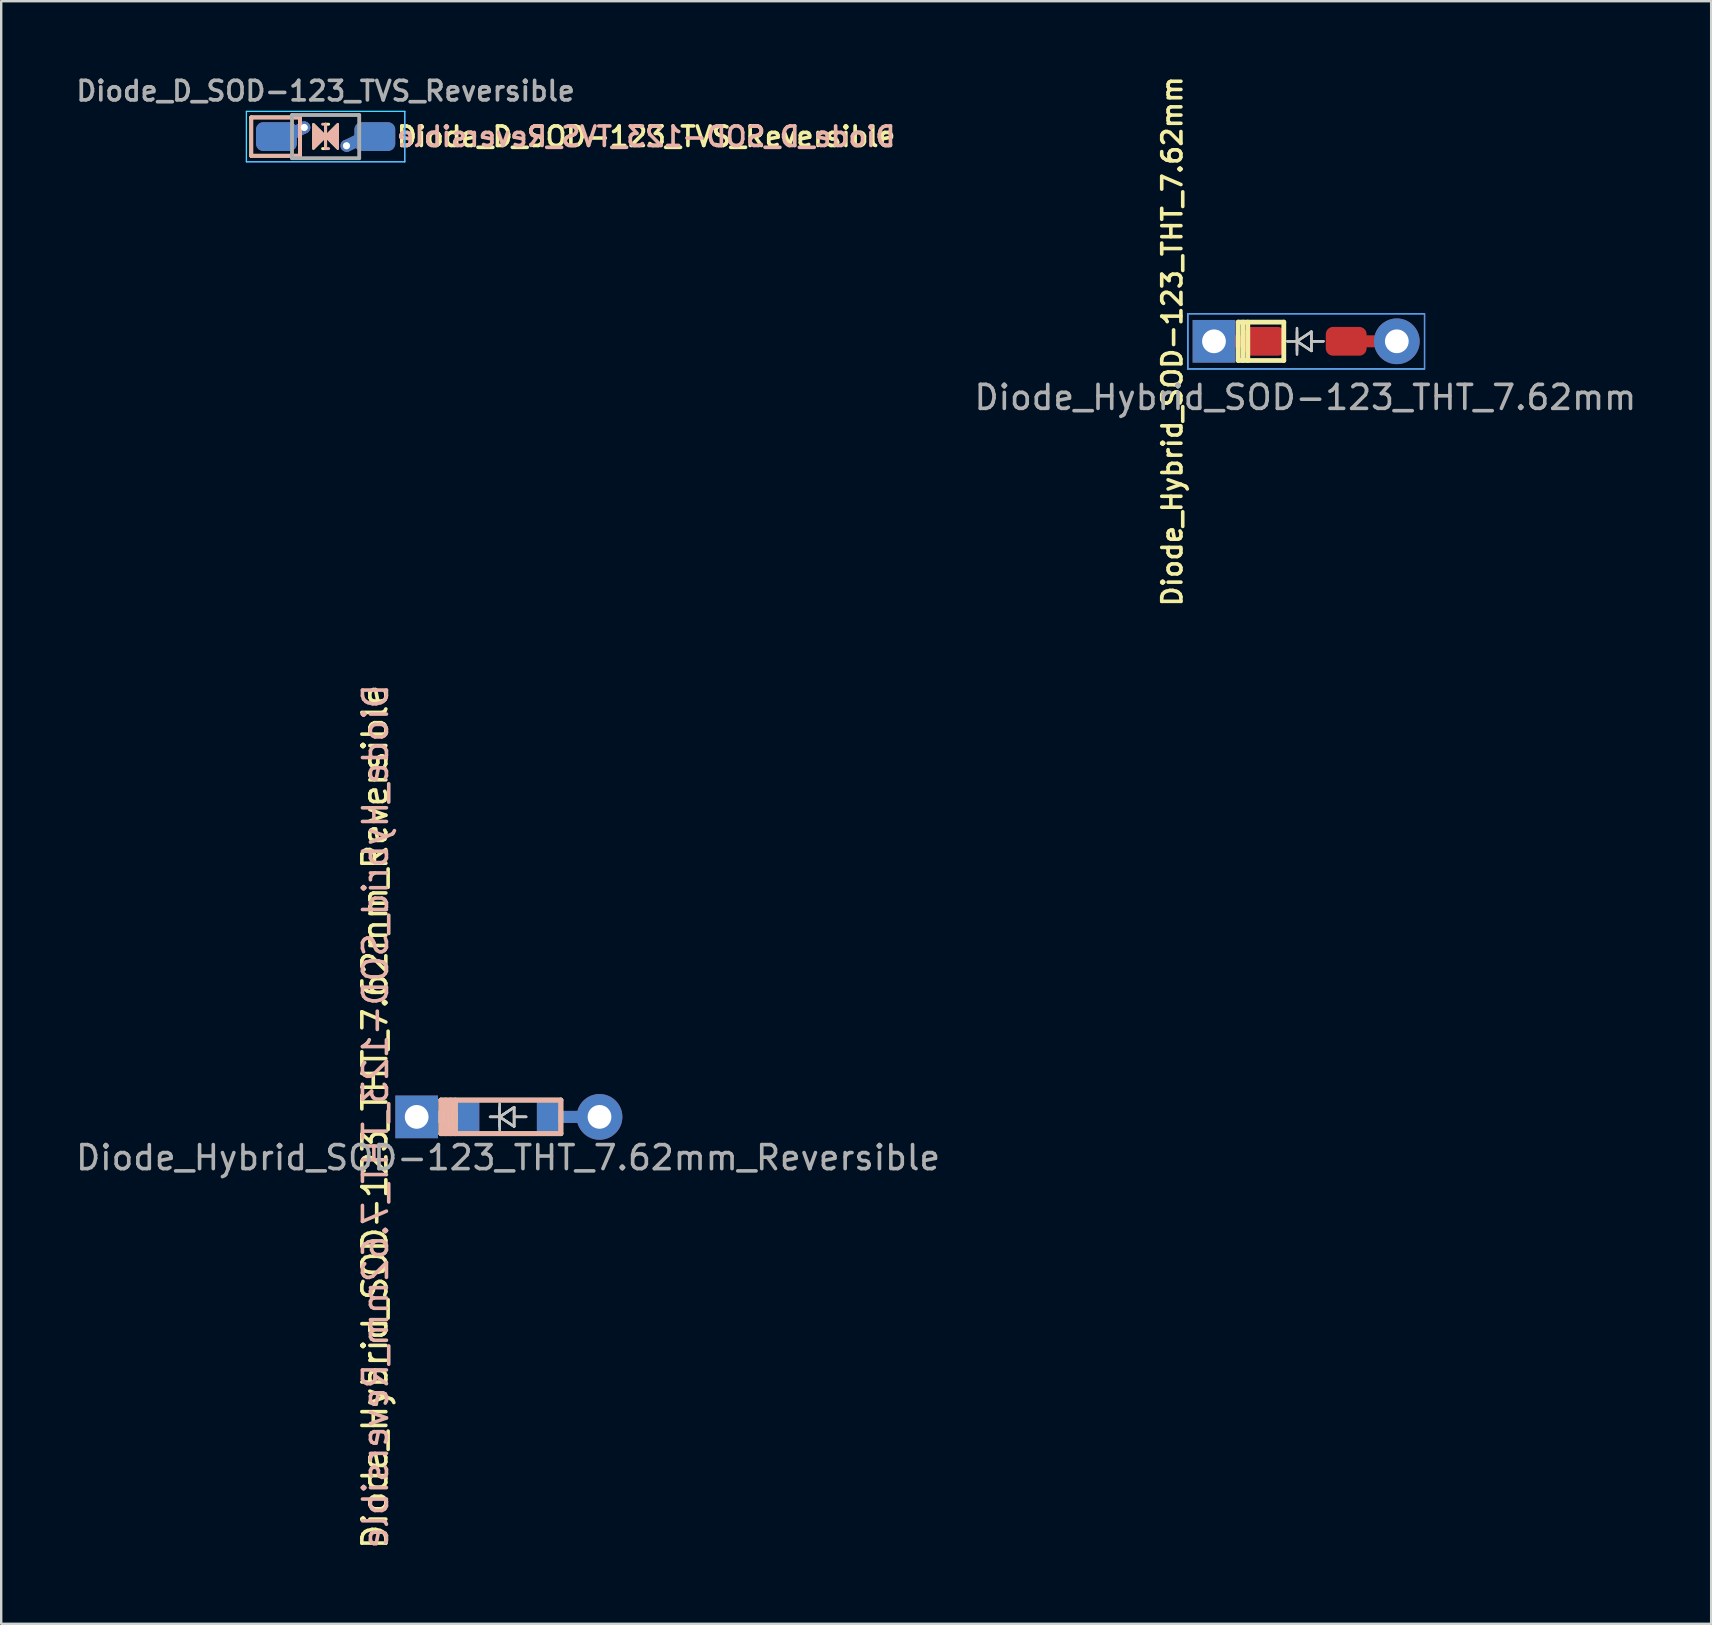
<source format=kicad_pcb>
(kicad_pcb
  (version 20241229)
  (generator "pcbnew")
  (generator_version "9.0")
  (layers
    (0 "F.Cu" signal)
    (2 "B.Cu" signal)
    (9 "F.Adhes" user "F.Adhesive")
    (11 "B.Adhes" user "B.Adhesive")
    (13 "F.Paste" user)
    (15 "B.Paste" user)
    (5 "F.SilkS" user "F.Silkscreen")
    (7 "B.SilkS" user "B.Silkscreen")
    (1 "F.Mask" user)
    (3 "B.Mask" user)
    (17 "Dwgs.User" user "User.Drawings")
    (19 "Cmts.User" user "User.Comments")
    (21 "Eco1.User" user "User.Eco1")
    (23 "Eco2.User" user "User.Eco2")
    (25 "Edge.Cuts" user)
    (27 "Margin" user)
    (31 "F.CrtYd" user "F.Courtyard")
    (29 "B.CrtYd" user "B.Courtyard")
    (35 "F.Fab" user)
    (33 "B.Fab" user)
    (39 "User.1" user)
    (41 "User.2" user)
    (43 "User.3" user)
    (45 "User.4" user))
  (footprint "Diode_D_SOD-123_TVS_Reversible"
    (layer "F.Cu")
    (at 10.52 2.643)
    (property "Reference" "Diode_D_SOD-123_TVS_Reversible" (at 2.882 0 0) (layer "F.SilkS") (effects (font (size 0.813 0.813) (thickness 0.152)) (justify left)))
    (attr smd)
    (fp_line (start -3.1 -0.8) (end -1.067 -0.8) (stroke (width 0.16) (type solid)) (layer "F.SilkS"))
    (fp_line (start -3.1 0.8) (end -3.1 -0.8) (stroke (width 0.16) (type solid)) (layer "F.SilkS"))
    (fp_line (start -1.067 -0.8) (end -1.067 0.8) (stroke (width 0.16) (type solid)) (layer "F.SilkS"))
    (fp_line (start -1.067 0.8) (end -3.1 0.8) (stroke (width 0.16) (type solid)) (layer "F.SilkS"))
    (fp_line (start -0.127 0.5) (end 0 0.5) (stroke (width 0.12) (type solid)) (layer "F.SilkS"))
    (fp_line (start 0 -0.516) (end 0 0.5) (stroke (width 0.12) (type solid)) (layer "F.SilkS"))
    (fp_line (start 0 -0.516) (end 0.127 -0.516) (stroke (width 0.12) (type solid)) (layer "F.SilkS"))
    (fp_poly (pts (xy 0 -0.008) (xy -0.508 0.5) (xy -0.508 -0.516)) (stroke (width 0.1) (type solid)) (fill yes) (layer "F.SilkS"))
    (fp_poly (pts (xy 0 -0.008) (xy 0.508 -0.516) (xy 0.508 0.5)) (stroke (width 0.1) (type solid)) (fill yes) (layer "F.SilkS"))
    (fp_line (start -3.1 -0.8) (end -3.1 0.8) (stroke (width 0.16) (type solid)) (layer "B.SilkS"))
    (fp_line (start -3.1 0.8) (end -1.067 0.8) (stroke (width 0.16) (type solid)) (layer "B.SilkS"))
    (fp_line (start -1.067 -0.8) (end -3.1 -0.8) (stroke (width 0.16) (type solid)) (layer "B.SilkS"))
    (fp_line (start -1.067 0.8) (end -1.067 -0.8) (stroke (width 0.16) (type solid)) (layer "B.SilkS"))
    (fp_line (start 0 -0.516) (end -0.127 -0.516) (stroke (width 0.12) (type solid)) (layer "B.SilkS"))
    (fp_line (start 0 -0.516) (end 0 0.5) (stroke (width 0.12) (type solid)) (layer "B.SilkS"))
    (fp_line (start 0.127 0.5) (end 0 0.5) (stroke (width 0.12) (type solid)) (layer "B.SilkS"))
    (fp_poly (pts (xy 0 -0.008) (xy -0.508 -0.516) (xy -0.508 0.5)) (stroke (width 0.1) (type solid)) (fill yes) (layer "B.SilkS"))
    (fp_poly (pts (xy 0 -0.008) (xy 0.508 0.5) (xy 0.508 -0.516)) (stroke (width 0.1) (type solid)) (fill yes) (layer "B.SilkS"))
    (fp_line (start -3.3 -1.05) (end -3.3 1.05) (stroke (width 0.05) (type solid)) (layer "B.CrtYd"))
    (fp_line (start -3.3 -1.05) (end 3.3 -1.05) (stroke (width 0.05) (type solid)) (layer "B.CrtYd"))
    (fp_line (start 3.3 -1.05) (end 3.3 1.05) (stroke (width 0.05) (type solid)) (layer "B.CrtYd"))
    (fp_line (start 3.3 1.05) (end -3.3 1.05) (stroke (width 0.05) (type solid)) (layer "B.CrtYd"))
    (fp_line (start -3.3 -1.05) (end -3.3 1.05) (stroke (width 0.05) (type solid)) (layer "F.CrtYd"))
    (fp_line (start -3.3 -1.05) (end 3.3 -1.05) (stroke (width 0.05) (type solid)) (layer "F.CrtYd"))
    (fp_line (start 3.3 -1.05) (end 3.3 1.05) (stroke (width 0.05) (type solid)) (layer "F.CrtYd"))
    (fp_line (start 3.3 1.05) (end -3.3 1.05) (stroke (width 0.05) (type solid)) (layer "F.CrtYd"))
    (fp_line (start -1.4 -0.9) (end 1.4 -0.9) (stroke (width 0.16) (type solid)) (layer "F.Fab"))
    (fp_line (start -1.4 0.9) (end -1.4 -0.9) (stroke (width 0.16) (type solid)) (layer "F.Fab"))
    (fp_line (start 1.4 -0.9) (end 1.4 0.9) (stroke (width 0.16) (type solid)) (layer "F.Fab"))
    (fp_line (start 1.4 0.9) (end -1.4 0.9) (stroke (width 0.16) (type solid)) (layer "F.Fab"))
    (fp_text user "${REFERENCE}" (at 2.882 0 0) (layer "B.SilkS") (effects (font (size 0.813 0.813) (thickness 0.152)) (justify right mirror)))
    (fp_text user "${REFERENCE}" (at 0 -1.9 0) (layer "F.Fab") (effects (font (size 0.813 0.813) (thickness 0.152))))
    (pad "1" smd roundrect (at -2.051 0) (size 1.701 1.2) (layers "F.Cu" "F.Mask" "F.Paste") (roundrect_rratio 0.25))
    (pad "1" smd roundrect (at -2.051 0) (size 1.701 1.2) (layers "B.Cu" "B.Mask" "B.Paste") (roundrect_rratio 0.25))
    (pad "1" smd custom (at -1.651 0) (size 0.01 0.01) (layers "F.Cu") (options (anchor circle)) (primitives (gr_line (start 0.762 -0.381) (end 0 0) (width 0.5))))
    (pad "1" smd custom (at -1.651 0) (size 0.01 0.01) (layers "B.Cu") (options (anchor circle)) (primitives (gr_line (start 0.762 -0.381) (end 0 0) (width 0.5))))
    (pad "1" thru_hole circle (at -0.889 -0.381) (size 0.5 0.5) (drill 0.3) (layers "*.Cu"))
    (pad "2" thru_hole circle (at 0.87 0.381) (size 0.5 0.5) (drill 0.3) (layers "*.Cu"))
    (pad "2" smd custom (at 1.651 0) (size 0.01 0.01) (layers "F.Cu") (options (anchor circle)) (primitives (gr_line (start -0.761 0.381) (end 0.001 0) (width 0.5))))
    (pad "2" smd custom (at 1.651 0) (size 0.01 0.01) (layers "B.Cu") (options (anchor circle)) (primitives (gr_line (start -0.761 0.381) (end 0.001 0) (width 0.5))))
    (pad "2" smd roundrect (at 2.051 0) (size 1.701 1.2) (layers "F.Cu" "F.Mask" "F.Paste") (roundrect_rratio 0.25))
    (pad "2" smd roundrect (at 2.051 0) (size 1.701 1.2) (layers "B.Cu" "B.Mask" "B.Paste") (roundrect_rratio 0.25)))
  (footprint "Diode_Hybrid_SOD-123_THT_7.62mm_Reversible"
    (layer "F.Cu")
    (at 18.125 43.497)
    (property "Reference" "Diode_Hybrid_SOD-123_THT_7.62mm_Reversible" (at 0 1.7 180) (layer "F.Fab") (effects (font (size 1 1) (thickness 0.15))))
    (attr through_hole)
    (fp_line (start -2.8 -0.7) (end -2.8 0.7) (stroke (width 0.2) (type solid)) (layer "F.SilkS"))
    (fp_line (start -2.8 -0.7) (end 2.2 -0.7) (stroke (width 0.2) (type solid)) (layer "F.SilkS"))
    (fp_line (start -2.8 0.7) (end 2.2 0.7) (stroke (width 0.2) (type solid)) (layer "F.SilkS"))
    (fp_line (start -2.6 -0.7) (end -2.6 0.7) (stroke (width 0.2) (type solid)) (layer "F.SilkS"))
    (fp_line (start -2.4 -0.7) (end -2.4 0.7) (stroke (width 0.2) (type solid)) (layer "F.SilkS"))
    (fp_line (start -2.2 -0.7) (end -2.2 0.7) (stroke (width 0.2) (type solid)) (layer "F.SilkS"))
    (fp_line (start -0.75 0) (end -0.35 0) (stroke (width 0.1) (type solid)) (layer "F.SilkS"))
    (fp_line (start -0.35 0) (end -0.35 -0.4) (stroke (width 0.1) (type solid)) (layer "F.SilkS"))
    (fp_line (start -0.35 0) (end -0.35 0.4) (stroke (width 0.1) (type solid)) (layer "F.SilkS"))
    (fp_line (start -0.35 0) (end 0.25 -0.4) (stroke (width 0.1) (type solid)) (layer "F.SilkS"))
    (fp_line (start 0.25 -0.4) (end 0.25 0.4) (stroke (width 0.1) (type solid)) (layer "F.SilkS"))
    (fp_line (start 0.25 0) (end 0.75 0) (stroke (width 0.1) (type solid)) (layer "F.SilkS"))
    (fp_line (start 0.25 0.4) (end -0.35 0) (stroke (width 0.1) (type solid)) (layer "F.SilkS"))
    (fp_line (start 2.2 -0.7) (end 2.2 0.7) (stroke (width 0.2) (type solid)) (layer "F.SilkS"))
    (fp_line (start -2.8 -0.7) (end -2.8 0.7) (stroke (width 0.2) (type solid)) (layer "B.SilkS"))
    (fp_line (start -2.8 -0.7) (end 2.2 -0.7) (stroke (width 0.2) (type solid)) (layer "B.SilkS"))
    (fp_line (start -2.8 0.7) (end 2.2 0.7) (stroke (width 0.2) (type solid)) (layer "B.SilkS"))
    (fp_line (start -2.6 -0.7) (end -2.6 0.7) (stroke (width 0.2) (type solid)) (layer "B.SilkS"))
    (fp_line (start -2.4 -0.7) (end -2.4 0.7) (stroke (width 0.2) (type solid)) (layer "B.SilkS"))
    (fp_line (start -2.2 -0.7) (end -2.2 0.7) (stroke (width 0.2) (type solid)) (layer "B.SilkS"))
    (fp_line (start -0.75 0) (end -0.35 0) (stroke (width 0.1) (type solid)) (layer "B.SilkS"))
    (fp_line (start -0.35 0) (end -0.35 -0.4) (stroke (width 0.1) (type solid)) (layer "B.SilkS"))
    (fp_line (start -0.35 0) (end -0.35 0.4) (stroke (width 0.1) (type solid)) (layer "B.SilkS"))
    (fp_line (start -0.35 0) (end 0.25 -0.4) (stroke (width 0.1) (type solid)) (layer "B.SilkS"))
    (fp_line (start 0.25 -0.4) (end 0.25 0.4) (stroke (width 0.1) (type solid)) (layer "B.SilkS"))
    (fp_line (start 0.25 0) (end 0.75 0) (stroke (width 0.1) (type solid)) (layer "B.SilkS"))
    (fp_line (start 0.25 0.4) (end -0.35 0) (stroke (width 0.1) (type solid)) (layer "B.SilkS"))
    (fp_line (start 2.2 -0.7) (end 2.2 0.7) (stroke (width 0.2) (type solid)) (layer "B.SilkS"))
    (fp_line (start -0.75 0) (end -0.35 0) (stroke (width 0.1) (type solid)) (layer "Dwgs.User"))
    (fp_line (start -0.75 0) (end -0.35 0) (stroke (width 0.1) (type solid)) (layer "Dwgs.User"))
    (fp_line (start -0.35 0) (end -0.35 -0.55) (stroke (width 0.1) (type solid)) (layer "Dwgs.User"))
    (fp_line (start -0.35 0) (end -0.35 -0.55) (stroke (width 0.1) (type solid)) (layer "Dwgs.User"))
    (fp_line (start -0.35 0) (end -0.35 0.55) (stroke (width 0.1) (type solid)) (layer "Dwgs.User"))
    (fp_line (start -0.35 0) (end -0.35 0.55) (stroke (width 0.1) (type solid)) (layer "Dwgs.User"))
    (fp_line (start -0.35 0) (end 0.25 -0.4) (stroke (width 0.1) (type solid)) (layer "Dwgs.User"))
    (fp_line (start -0.35 0) (end 0.25 -0.4) (stroke (width 0.1) (type solid)) (layer "Dwgs.User"))
    (fp_line (start 0.25 -0.4) (end 0.25 0.4) (stroke (width 0.1) (type solid)) (layer "Dwgs.User"))
    (fp_line (start 0.25 -0.4) (end 0.25 0.4) (stroke (width 0.1) (type solid)) (layer "Dwgs.User"))
    (fp_line (start 0.25 0) (end 0.75 0) (stroke (width 0.1) (type solid)) (layer "Dwgs.User"))
    (fp_line (start 0.25 0) (end 0.75 0) (stroke (width 0.1) (type solid)) (layer "Dwgs.User"))
    (fp_line (start 0.25 0.4) (end -0.35 0) (stroke (width 0.1) (type solid)) (layer "Dwgs.User"))
    (fp_line (start 0.25 0.4) (end -0.35 0) (stroke (width 0.1) (type solid)) (layer "Dwgs.User"))
    (fp_text user "${REFERENCE}" (at -5.55 0 270) (layer "F.SilkS") (effects (font (size 1 1) (thickness 0.15))))
    (fp_text user "${REFERENCE}" (at -5.525 -0.025 270) (layer "B.SilkS") (effects (font (size 1 1) (thickness 0.15)) (justify mirror)))
    (pad "1" thru_hole rect (at -3.81 0) (size 1.778 1.778) (drill 0.991) (layers "*.Cu" "*.Mask"))
    (pad "1" smd rect (at -2.715 0) (size 2.45 0.5) (layers "F.Cu"))
    (pad "1" smd rect (at -2.715 0) (size 2.45 0.5) (layers "B.Cu"))
    (pad "1" smd rect (at -1.65 0) (size 0.9 1.2) (layers "F.Cu" "F.Mask" "F.Paste"))
    (pad "1" smd rect (at -1.65 0) (size 0.9 1.2) (layers "B.Cu" "B.Mask" "B.Paste"))
    (pad "2" smd rect (at 1.65 0) (size 0.9 1.2) (layers "F.Cu" "F.Mask" "F.Paste"))
    (pad "2" smd rect (at 1.65 0) (size 0.9 1.2) (layers "B.Cu" "B.Mask" "B.Paste"))
    (pad "2" smd rect (at 2.715 0) (size 2.45 0.5) (layers "F.Cu"))
    (pad "2" smd rect (at 2.715 0) (size 2.45 0.5) (layers "B.Cu"))
    (pad "2" thru_hole circle (at 3.81 0) (size 1.905 1.905) (drill 0.991) (layers "*.Cu" "*.Mask")))
  (footprint "Diode_Hybrid_SOD-123_THT_7.62mm"
    (layer "F.Cu")
    (at 51.353 11.174)
    (property "Reference" "Diode_Hybrid_SOD-123_THT_7.62mm" (at 0 2.34 180) (layer "F.Fab") (effects (font (size 1 1) (thickness 0.15))))
    (attr through_hole)
    (fp_line (start -2.8 -0.8) (end -2.8 0.8) (stroke (width 0.2) (type solid)) (layer "F.SilkS"))
    (fp_line (start -2.8 -0.8) (end -0.9 -0.8) (stroke (width 0.2) (type solid)) (layer "F.SilkS"))
    (fp_line (start -2.8 0.8) (end -0.9 0.8) (stroke (width 0.2) (type solid)) (layer "F.SilkS"))
    (fp_line (start -2.6 -0.8) (end -2.6 0.8) (stroke (width 0.2) (type solid)) (layer "F.SilkS"))
    (fp_line (start -2.4 -0.8) (end -2.4 0.8) (stroke (width 0.2) (type solid)) (layer "F.SilkS"))
    (fp_line (start -0.9 -0.8) (end -0.9 0.8) (stroke (width 0.2) (type solid)) (layer "F.SilkS"))
    (fp_line (start -0.75 0) (end -0.35 0) (stroke (width 0.1) (type solid)) (layer "F.SilkS"))
    (fp_line (start -0.35 0) (end -0.35 -0.4) (stroke (width 0.1) (type solid)) (layer "F.SilkS"))
    (fp_line (start -0.35 0) (end -0.35 0.4) (stroke (width 0.1) (type solid)) (layer "F.SilkS"))
    (fp_line (start -0.35 0) (end 0.25 -0.4) (stroke (width 0.1) (type solid)) (layer "F.SilkS"))
    (fp_line (start 0.25 -0.4) (end 0.25 0.4) (stroke (width 0.1) (type solid)) (layer "F.SilkS"))
    (fp_line (start 0.25 0) (end 0.75 0) (stroke (width 0.1) (type solid)) (layer "F.SilkS"))
    (fp_line (start 0.25 0.4) (end -0.35 0) (stroke (width 0.1) (type solid)) (layer "F.SilkS"))
    (fp_line (start -0.75 0) (end -0.35 0) (stroke (width 0.1) (type solid)) (layer "Dwgs.User"))
    (fp_line (start -0.75 0) (end -0.35 0) (stroke (width 0.1) (type solid)) (layer "Dwgs.User"))
    (fp_line (start -0.35 0) (end -0.35 -0.55) (stroke (width 0.1) (type solid)) (layer "Dwgs.User"))
    (fp_line (start -0.35 0) (end -0.35 -0.55) (stroke (width 0.1) (type solid)) (layer "Dwgs.User"))
    (fp_line (start -0.35 0) (end -0.35 0.55) (stroke (width 0.1) (type solid)) (layer "Dwgs.User"))
    (fp_line (start -0.35 0) (end -0.35 0.55) (stroke (width 0.1) (type solid)) (layer "Dwgs.User"))
    (fp_line (start -0.35 0) (end 0.25 -0.4) (stroke (width 0.1) (type solid)) (layer "Dwgs.User"))
    (fp_line (start -0.35 0) (end 0.25 -0.4) (stroke (width 0.1) (type solid)) (layer "Dwgs.User"))
    (fp_line (start 0.25 -0.4) (end 0.25 0.4) (stroke (width 0.1) (type solid)) (layer "Dwgs.User"))
    (fp_line (start 0.25 -0.4) (end 0.25 0.4) (stroke (width 0.1) (type solid)) (layer "Dwgs.User"))
    (fp_line (start 0.25 0) (end 0.75 0) (stroke (width 0.1) (type solid)) (layer "Dwgs.User"))
    (fp_line (start 0.25 0) (end 0.75 0) (stroke (width 0.1) (type solid)) (layer "Dwgs.User"))
    (fp_line (start 0.25 0.4) (end -0.35 0) (stroke (width 0.1) (type solid)) (layer "Dwgs.User"))
    (fp_line (start 0.25 0.4) (end -0.35 0) (stroke (width 0.1) (type solid)) (layer "Dwgs.User"))
    (fp_line (start -4.9 -1.15) (end -4.9 1.15) (stroke (width 0.05) (type solid)) (layer "Cmts.User"))
    (fp_line (start -4.9 1.15) (end 4.965 1.15) (stroke (width 0.05) (type solid)) (layer "Cmts.User"))
    (fp_line (start 4.965 -1.15) (end -4.9 -1.15) (stroke (width 0.05) (type solid)) (layer "Cmts.User"))
    (fp_line (start 4.965 1.15) (end 4.965 -1.15) (stroke (width 0.05) (type solid)) (layer "Cmts.User"))
    (fp_line (start -4.9 -1.15) (end -4.9 1.15) (stroke (width 0.05) (type solid)) (layer "B.CrtYd"))
    (fp_line (start -4.9 1.15) (end 4.965 1.15) (stroke (width 0.05) (type solid)) (layer "B.CrtYd"))
    (fp_line (start 4.95 -1.15) (end -4.9 -1.15) (stroke (width 0.05) (type solid)) (layer "B.CrtYd"))
    (fp_line (start 4.965 1.15) (end 4.965 -1.15) (stroke (width 0.05) (type solid)) (layer "B.CrtYd"))
    (fp_line (start -4.9 -1.15) (end -4.9 1.15) (stroke (width 0.05) (type solid)) (layer "F.CrtYd"))
    (fp_line (start -4.9 1.15) (end 4.965 1.15) (stroke (width 0.05) (type solid)) (layer "F.CrtYd"))
    (fp_line (start 4.965 -1.15) (end -4.9 -1.15) (stroke (width 0.05) (type solid)) (layer "F.CrtYd"))
    (fp_line (start 4.965 1.15) (end 4.965 -1.15) (stroke (width 0.05) (type solid)) (layer "F.CrtYd"))
    (fp_text user "${REFERENCE}" (at -5.55 0 270) (layer "F.SilkS") (effects (font (size 0.8 0.8) (thickness 0.15))))
    (pad "1" thru_hole rect (at -3.81 0) (size 1.778 1.778) (drill 0.991) (layers "*.Cu" "*.Mask"))
    (pad "1" smd rect (at -2.715 0) (size 2.45 0.5) (layers "F.Cu"))
    (pad "1" smd roundrect (at -1.7 0) (size 1.701 1.2) (layers "F.Cu" "F.Mask" "F.Paste") (roundrect_rratio 0.25))
    (pad "2" smd roundrect (at 1.7 0) (size 1.701 1.2) (layers "F.Cu" "F.Mask" "F.Paste") (roundrect_rratio 0.25))
    (pad "2" smd rect (at 2.715 0) (size 2.45 0.5) (layers "F.Cu"))
    (pad "2" thru_hole circle (at 3.81 0) (size 1.905 1.905) (drill 0.991) (layers "*.Cu" "*.Mask")))
  (gr_rect
    (start -3 -3)
    (end 68.264 64.622)
    (stroke (width 0.1) (type default))
    (fill no)
    (layer "Edge.Cuts")))
</source>
